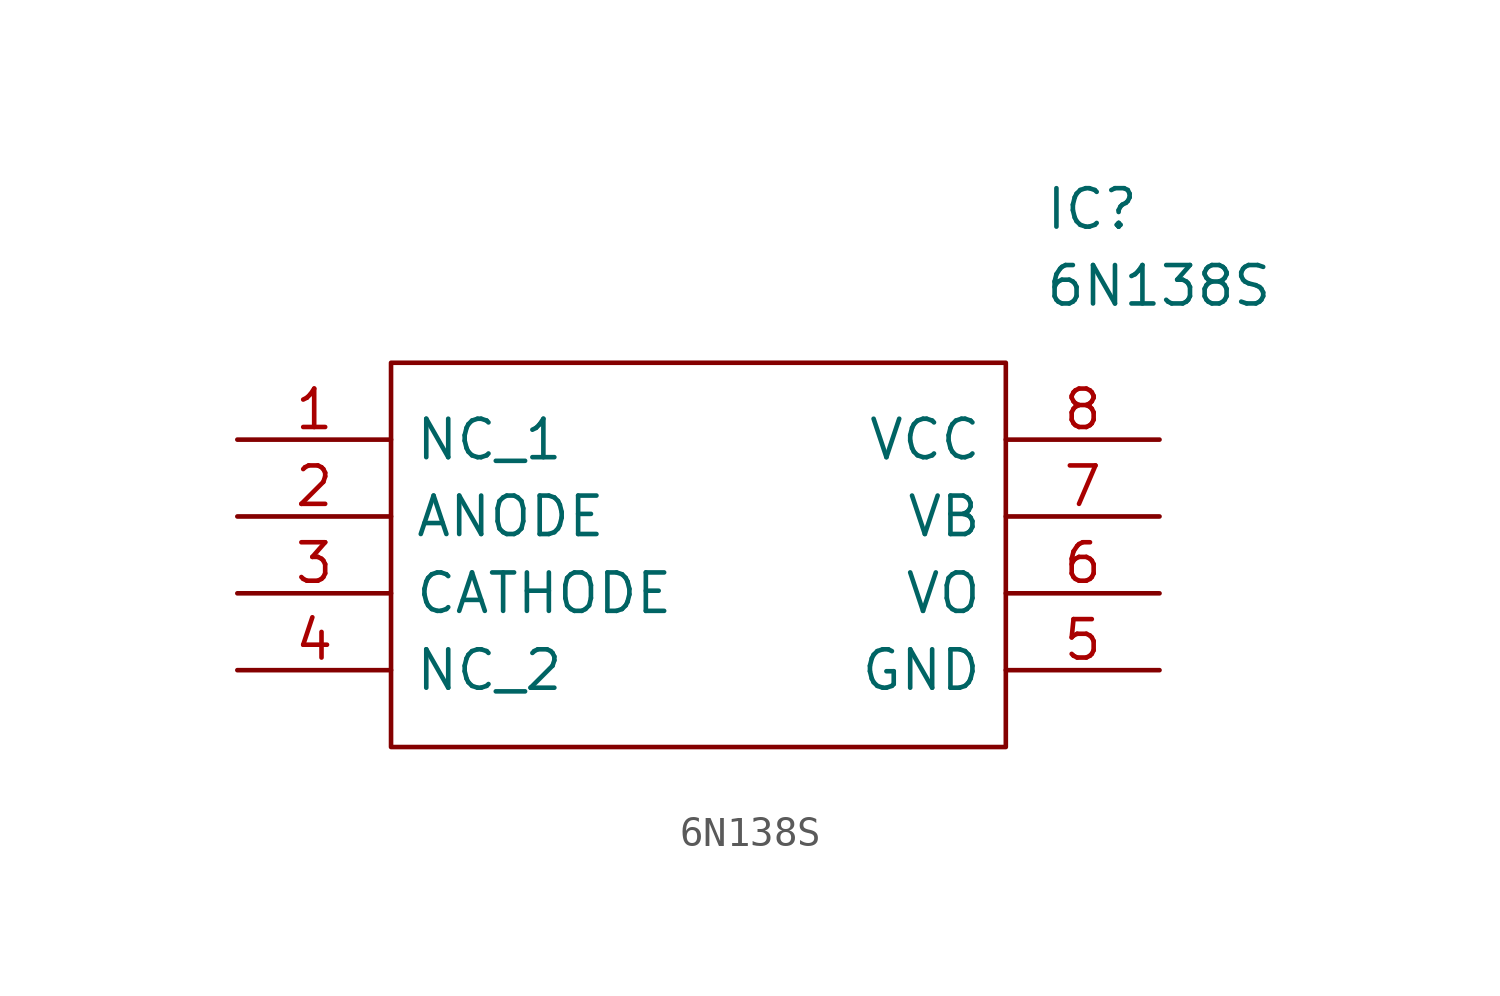
<source format=kicad_sym>
(kicad_symbol_lib
  (version 20211014)
  (generator kicad_symbol_editor)
  (symbol "6N138S"
    (pin_names
      (offset 0.762))
    (property "Reference" "IC"
      (at 26.67 7.62 0)
      (effects (font (size 1.27 1.27)) (justify left)))
    (property "Value" "6N138S"
      (at 26.67 5.08 0)
      (effects (font (size 1.27 1.27)) (justify left)))
    (symbol "6N138S_0_0"
      (pin passive line (at 0 0 0) (length 5.08) (name "NC_1" (effects (font (size 1.27 1.27)))) (number "1" (effects (font (size 1.27 1.27)))))
      (pin passive line (at 0 -2.54 0) (length 5.08) (name "ANODE" (effects (font (size 1.27 1.27)))) (number "2" (effects (font (size 1.27 1.27)))))
      (pin passive line (at 0 -5.08 0) (length 5.08) (name "CATHODE" (effects (font (size 1.27 1.27)))) (number "3" (effects (font (size 1.27 1.27)))))
      (pin passive line (at 0 -7.62 0) (length 5.08) (name "NC_2" (effects (font (size 1.27 1.27)))) (number "4" (effects (font (size 1.27 1.27)))))
      (pin passive line (at 30.48 -7.62 180) (length 5.08) (name "GND" (effects (font (size 1.27 1.27)))) (number "5" (effects (font (size 1.27 1.27)))))
      (pin passive line (at 30.48 -5.08 180) (length 5.08) (name "VO" (effects (font (size 1.27 1.27)))) (number "6" (effects (font (size 1.27 1.27)))))
      (pin passive line (at 30.48 -2.54 180) (length 5.08) (name "VB" (effects (font (size 1.27 1.27)))) (number "7" (effects (font (size 1.27 1.27)))))
      (pin passive line (at 30.48 0 180) (length 5.08) (name "VCC" (effects (font (size 1.27 1.27)))) (number "8" (effects (font (size 1.27 1.27))))))
    (symbol "6N138S_0_1"
      (polyline (pts (xy 5.08 2.54) (xy 25.4 2.54) (xy 25.4 -10.16) (xy 5.08 -10.16) (xy 5.08 2.54)) (stroke (width 0.152) (type default) (color 0 0 0 0)) (fill (type none))))))
</source>
